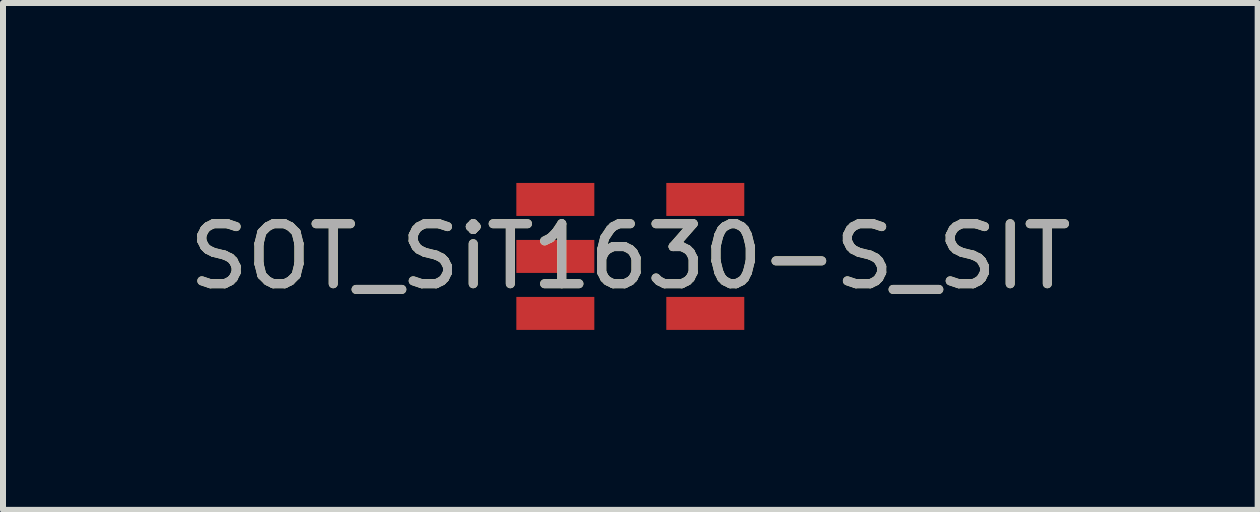
<source format=kicad_pcb>
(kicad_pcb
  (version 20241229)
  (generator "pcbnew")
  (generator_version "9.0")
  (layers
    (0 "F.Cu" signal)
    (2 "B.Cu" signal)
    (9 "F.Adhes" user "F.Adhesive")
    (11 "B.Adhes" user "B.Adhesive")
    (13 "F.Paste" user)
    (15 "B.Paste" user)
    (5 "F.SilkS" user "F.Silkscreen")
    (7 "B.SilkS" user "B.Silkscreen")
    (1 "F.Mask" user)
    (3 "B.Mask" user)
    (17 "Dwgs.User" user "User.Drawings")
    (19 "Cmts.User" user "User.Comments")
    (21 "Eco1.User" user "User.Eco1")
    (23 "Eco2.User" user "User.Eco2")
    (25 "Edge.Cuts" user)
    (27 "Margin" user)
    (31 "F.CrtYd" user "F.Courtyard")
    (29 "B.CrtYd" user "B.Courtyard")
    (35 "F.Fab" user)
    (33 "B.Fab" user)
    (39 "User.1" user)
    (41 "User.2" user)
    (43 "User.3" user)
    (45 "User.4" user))
  (footprint "SOT_SiT1630-S_SIT"
    (layer "F.Cu")
    (at 7.458 1.225)
    (property "Reference" "SOT_SiT1630-S_SIT" (at 0 0 0) (unlocked yes) (layer "F.SilkS") (effects (font (size 1 1) (thickness 0.15))))
    (attr smd)
    (fp_text user "${REFERENCE}" (at 0 0 0) (unlocked yes) (layer "F.Fab") (effects (font (size 1 1) (thickness 0.15))))
    (pad "1" smd rect (at -1.25 -0.95) (size 1.3 0.55) (layers "F.Cu" "F.Mask" "F.Paste"))
    (pad "2" smd rect (at -1.25 0) (size 1.3 0.55) (layers "F.Cu" "F.Mask" "F.Paste"))
    (pad "3" smd rect (at -1.25 0.95) (size 1.3 0.55) (layers "F.Cu" "F.Mask" "F.Paste"))
    (pad "4" smd rect (at 1.25 0.95) (size 1.3 0.55) (layers "F.Cu" "F.Mask" "F.Paste"))
    (pad "5" smd rect (at 1.25 -0.95) (size 1.3 0.55) (layers "F.Cu" "F.Mask" "F.Paste")))
  (gr_rect
    (start -3 -3)
    (end 17.917 5.45)
    (stroke (width 0.1) (type default))
    (fill no)
    (layer "Edge.Cuts")))
</source>
